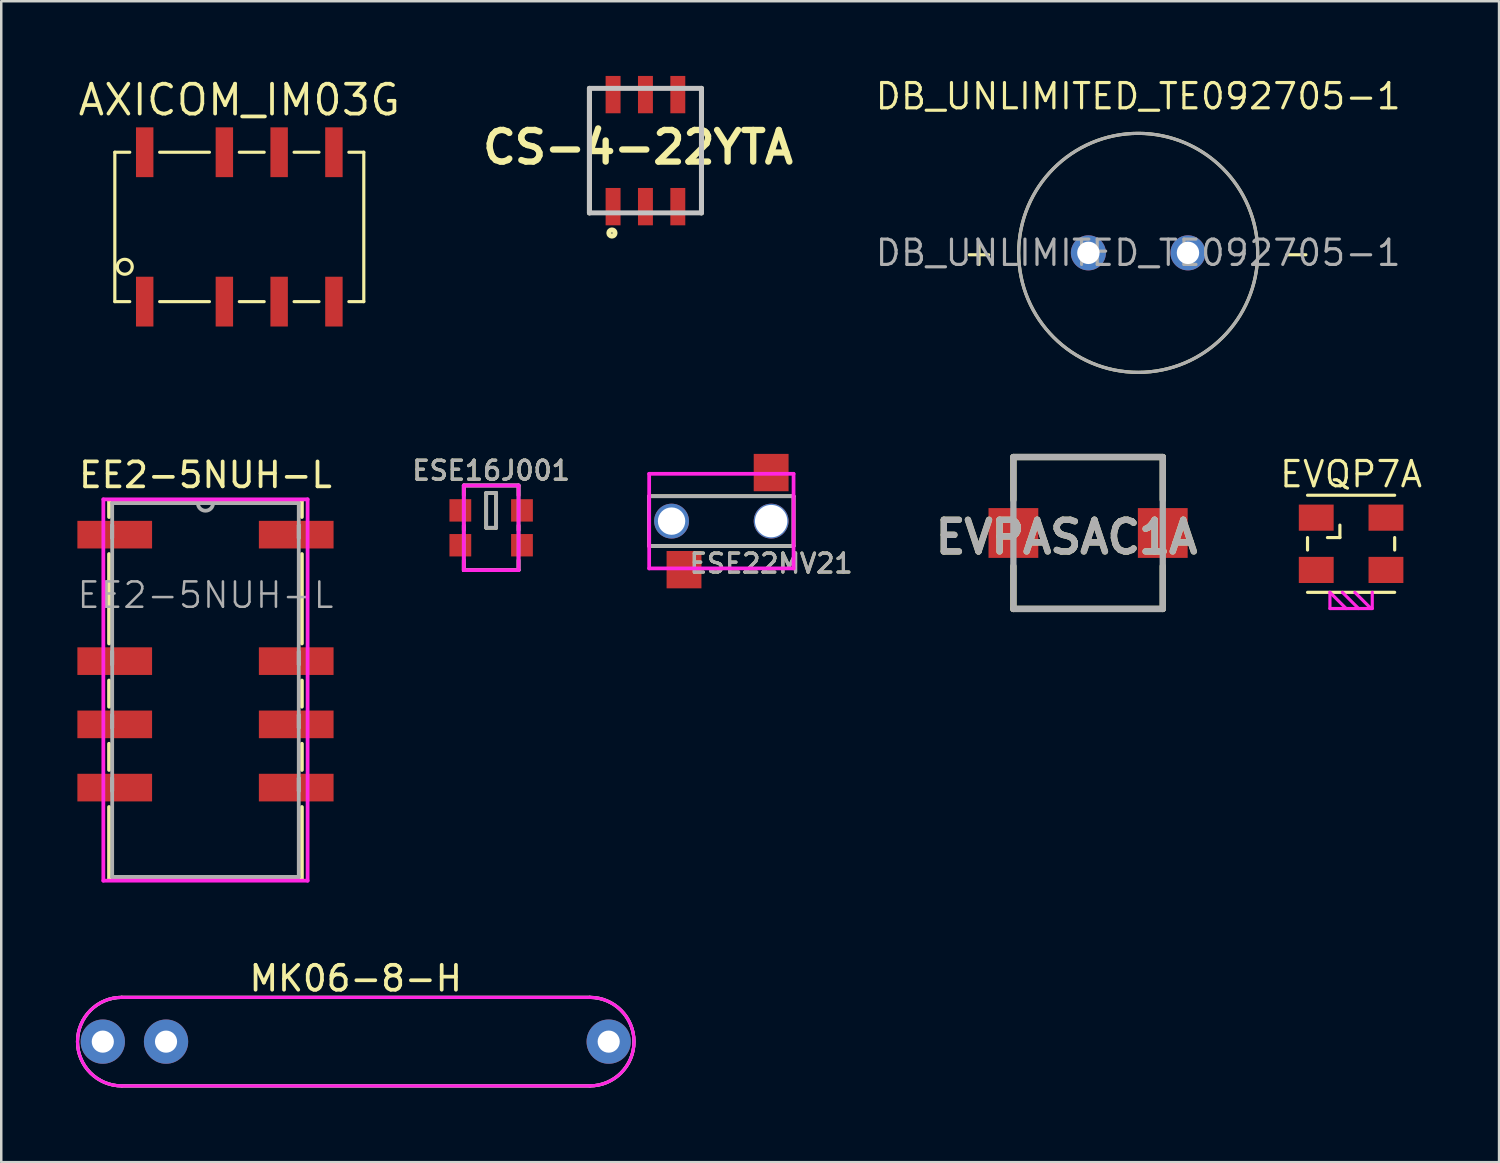
<source format=kicad_pcb>
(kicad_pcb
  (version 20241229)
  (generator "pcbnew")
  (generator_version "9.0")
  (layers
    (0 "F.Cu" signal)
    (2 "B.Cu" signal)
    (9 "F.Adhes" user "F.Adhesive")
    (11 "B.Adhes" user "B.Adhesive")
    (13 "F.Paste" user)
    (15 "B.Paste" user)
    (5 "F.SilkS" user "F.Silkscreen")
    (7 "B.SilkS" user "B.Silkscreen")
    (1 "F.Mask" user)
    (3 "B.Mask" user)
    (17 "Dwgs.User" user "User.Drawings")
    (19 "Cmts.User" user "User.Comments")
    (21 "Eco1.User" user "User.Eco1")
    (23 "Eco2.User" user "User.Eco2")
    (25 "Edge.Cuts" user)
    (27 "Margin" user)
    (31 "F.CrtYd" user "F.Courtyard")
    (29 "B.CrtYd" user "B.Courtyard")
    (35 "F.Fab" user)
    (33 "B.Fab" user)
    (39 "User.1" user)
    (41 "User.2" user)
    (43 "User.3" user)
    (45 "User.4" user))
  (footprint "EE2-5NUH-L"
    (layer "F.Cu")
    (at 5.203 24.665)
    (property "Reference" "EE2-5NUH-L" (at 0 -8.636 0) (layer "F.SilkS") (effects (font (size 1 1) (thickness 0.15))))
    (attr through_hole)
    (fp_line (start -3.873 -7.633) (end -3.873 -6.949) (stroke (width 0.152) (type solid)) (layer "F.SilkS"))
    (fp_line (start -3.873 -5.461) (end -3.873 -1.869) (stroke (width 0.152) (type solid)) (layer "F.SilkS"))
    (fp_line (start -3.873 -0.381) (end -3.873 0.671) (stroke (width 0.152) (type solid)) (layer "F.SilkS"))
    (fp_line (start -3.873 2.159) (end -3.873 3.211) (stroke (width 0.152) (type solid)) (layer "F.SilkS"))
    (fp_line (start -3.873 4.699) (end -3.873 7.633) (stroke (width 0.152) (type solid)) (layer "F.SilkS"))
    (fp_line (start -3.873 7.633) (end 3.873 7.633) (stroke (width 0.152) (type solid)) (layer "F.SilkS"))
    (fp_line (start 3.873 -7.633) (end -3.873 -7.633) (stroke (width 0.152) (type solid)) (layer "F.SilkS"))
    (fp_line (start 3.873 -6.949) (end 3.873 -7.633) (stroke (width 0.152) (type solid)) (layer "F.SilkS"))
    (fp_line (start 3.873 -1.869) (end 3.873 -5.461) (stroke (width 0.152) (type solid)) (layer "F.SilkS"))
    (fp_line (start 3.873 0.671) (end 3.873 -0.381) (stroke (width 0.152) (type solid)) (layer "F.SilkS"))
    (fp_line (start 3.873 3.211) (end 3.873 2.159) (stroke (width 0.152) (type solid)) (layer "F.SilkS"))
    (fp_line (start 3.873 7.633) (end 3.873 4.699) (stroke (width 0.152) (type solid)) (layer "F.SilkS"))
    (fp_line (start -4.102 -7.658) (end 4.102 -7.658) (stroke (width 0.152) (type solid)) (layer "F.CrtYd"))
    (fp_line (start -4.102 7.658) (end -4.102 -7.658) (stroke (width 0.152) (type solid)) (layer "F.CrtYd"))
    (fp_line (start 4.102 -7.658) (end 4.102 7.658) (stroke (width 0.152) (type solid)) (layer "F.CrtYd"))
    (fp_line (start 4.102 7.658) (end -4.102 7.658) (stroke (width 0.152) (type solid)) (layer "F.CrtYd"))
    (fp_line (start -3.747 -7.506) (end -3.747 7.506) (stroke (width 0.152) (type solid)) (layer "F.Fab"))
    (fp_line (start -3.747 -6.617) (end -3.747 -6.617) (stroke (width 0.152) (type solid)) (layer "F.Fab"))
    (fp_line (start -3.747 -6.617) (end -3.747 -6.109) (stroke (width 0.152) (type solid)) (layer "F.Fab"))
    (fp_line (start -3.747 -6.109) (end -3.747 -6.617) (stroke (width 0.152) (type solid)) (layer "F.Fab"))
    (fp_line (start -3.747 -6.109) (end -3.747 -6.109) (stroke (width 0.152) (type solid)) (layer "F.Fab"))
    (fp_line (start -3.747 -1.537) (end -3.747 -1.537) (stroke (width 0.152) (type solid)) (layer "F.Fab"))
    (fp_line (start -3.747 -1.537) (end -3.747 -1.029) (stroke (width 0.152) (type solid)) (layer "F.Fab"))
    (fp_line (start -3.747 -1.029) (end -3.747 -1.537) (stroke (width 0.152) (type solid)) (layer "F.Fab"))
    (fp_line (start -3.747 -1.029) (end -3.747 -1.029) (stroke (width 0.152) (type solid)) (layer "F.Fab"))
    (fp_line (start -3.747 1.003) (end -3.747 1.003) (stroke (width 0.152) (type solid)) (layer "F.Fab"))
    (fp_line (start -3.747 1.003) (end -3.747 1.511) (stroke (width 0.152) (type solid)) (layer "F.Fab"))
    (fp_line (start -3.747 1.511) (end -3.747 1.003) (stroke (width 0.152) (type solid)) (layer "F.Fab"))
    (fp_line (start -3.747 1.511) (end -3.747 1.511) (stroke (width 0.152) (type solid)) (layer "F.Fab"))
    (fp_line (start -3.747 3.543) (end -3.747 3.543) (stroke (width 0.152) (type solid)) (layer "F.Fab"))
    (fp_line (start -3.747 3.543) (end -3.747 4.051) (stroke (width 0.152) (type solid)) (layer "F.Fab"))
    (fp_line (start -3.747 4.051) (end -3.747 3.543) (stroke (width 0.152) (type solid)) (layer "F.Fab"))
    (fp_line (start -3.747 4.051) (end -3.747 4.051) (stroke (width 0.152) (type solid)) (layer "F.Fab"))
    (fp_line (start -3.747 7.506) (end 3.747 7.506) (stroke (width 0.152) (type solid)) (layer "F.Fab"))
    (fp_line (start 3.747 -7.506) (end -3.747 -7.506) (stroke (width 0.152) (type solid)) (layer "F.Fab"))
    (fp_line (start 3.747 -6.617) (end 3.747 -6.617) (stroke (width 0.152) (type solid)) (layer "F.Fab"))
    (fp_line (start 3.747 -6.617) (end 3.747 -6.109) (stroke (width 0.152) (type solid)) (layer "F.Fab"))
    (fp_line (start 3.747 -6.109) (end 3.747 -6.617) (stroke (width 0.152) (type solid)) (layer "F.Fab"))
    (fp_line (start 3.747 -6.109) (end 3.747 -6.109) (stroke (width 0.152) (type solid)) (layer "F.Fab"))
    (fp_line (start 3.747 -1.537) (end 3.747 -1.537) (stroke (width 0.152) (type solid)) (layer "F.Fab"))
    (fp_line (start 3.747 -1.537) (end 3.747 -1.029) (stroke (width 0.152) (type solid)) (layer "F.Fab"))
    (fp_line (start 3.747 -1.029) (end 3.747 -1.537) (stroke (width 0.152) (type solid)) (layer "F.Fab"))
    (fp_line (start 3.747 -1.029) (end 3.747 -1.029) (stroke (width 0.152) (type solid)) (layer "F.Fab"))
    (fp_line (start 3.747 1.003) (end 3.747 1.003) (stroke (width 0.152) (type solid)) (layer "F.Fab"))
    (fp_line (start 3.747 1.003) (end 3.747 1.511) (stroke (width 0.152) (type solid)) (layer "F.Fab"))
    (fp_line (start 3.747 1.511) (end 3.747 1.003) (stroke (width 0.152) (type solid)) (layer "F.Fab"))
    (fp_line (start 3.747 1.511) (end 3.747 1.511) (stroke (width 0.152) (type solid)) (layer "F.Fab"))
    (fp_line (start 3.747 3.543) (end 3.747 3.543) (stroke (width 0.152) (type solid)) (layer "F.Fab"))
    (fp_line (start 3.747 3.543) (end 3.747 4.051) (stroke (width 0.152) (type solid)) (layer "F.Fab"))
    (fp_line (start 3.747 4.051) (end 3.747 3.543) (stroke (width 0.152) (type solid)) (layer "F.Fab"))
    (fp_line (start 3.747 4.051) (end 3.747 4.051) (stroke (width 0.152) (type solid)) (layer "F.Fab"))
    (fp_line (start 3.747 7.506) (end 3.747 -7.506) (stroke (width 0.152) (type solid)) (layer "F.Fab"))
    (fp_arc (start 0.3048 -7.5057) (mid 0 -7.2009) (end -0.3048 -7.5057) (stroke (width 0.1524) (type solid)) (layer "F.Fab"))
    (fp_text user "${REFERENCE}" (at 0 -3.81 180) (layer "F.Fab") (effects (font (size 1.016 1.016) (thickness 0.102))))
    (pad "1" smd rect (at -3.645 -6.24) (size 3 1.11) (layers "F.Cu" "F.Mask" "F.Paste"))
    (pad "3" smd rect (at -3.645 -1.16) (size 3 1.11) (layers "F.Cu" "F.Mask" "F.Paste"))
    (pad "4" smd rect (at -3.645 1.38) (size 3 1.11) (layers "F.Cu" "F.Mask" "F.Paste"))
    (pad "5" smd rect (at -3.645 3.92) (size 3 1.11) (layers "F.Cu" "F.Mask" "F.Paste"))
    (pad "8" smd rect (at 3.645 3.92) (size 3 1.11) (layers "F.Cu" "F.Mask" "F.Paste"))
    (pad "9" smd rect (at 3.645 1.38) (size 3 1.11) (layers "F.Cu" "F.Mask" "F.Paste"))
    (pad "10" smd rect (at 3.645 -1.16) (size 3 1.11) (layers "F.Cu" "F.Mask" "F.Paste"))
    (pad "12" smd rect (at 3.645 -6.24) (size 3 1.11) (layers "F.Cu" "F.Mask" "F.Paste")))
  (footprint "ESE22MV21"
    (layer "F.Cu")
    (at 26.174 17.881)
    (property "Reference" "ESE22MV21" (at 1.75 1.7 0) (layer "F.SilkS") (effects (font (size 0.762 0.762) (thickness 0.127))))
    (attr through_hole)
    (fp_line (start -3.15 -1) (end -3.15 1) (stroke (width 0.15) (type solid)) (layer "F.SilkS"))
    (fp_line (start -3.15 1) (end 2.65 1) (stroke (width 0.15) (type solid)) (layer "F.SilkS"))
    (fp_line (start 2.65 -1) (end -3.15 -1) (stroke (width 0.15) (type solid)) (layer "F.SilkS"))
    (fp_line (start 2.65 1) (end 2.65 -1) (stroke (width 0.15) (type solid)) (layer "F.SilkS"))
    (fp_line (start -3.15 -1.9) (end 2.65 -1.9) (stroke (width 0.15) (type solid)) (layer "F.CrtYd"))
    (fp_line (start -3.15 1.9) (end -3.15 -1.9) (stroke (width 0.15) (type solid)) (layer "F.CrtYd"))
    (fp_line (start 2.65 -1.9) (end 2.65 1.9) (stroke (width 0.15) (type solid)) (layer "F.CrtYd"))
    (fp_line (start 2.65 1.9) (end -3.15 1.9) (stroke (width 0.15) (type solid)) (layer "F.CrtYd"))
    (fp_line (start -3.15 -1) (end -3.15 1) (stroke (width 0.15) (type solid)) (layer "F.Fab"))
    (fp_line (start -3.15 1) (end 2.65 1) (stroke (width 0.15) (type solid)) (layer "F.Fab"))
    (fp_line (start 2.65 -1) (end -3.15 -1) (stroke (width 0.15) (type solid)) (layer "F.Fab"))
    (fp_line (start 2.65 1) (end 2.65 -1) (stroke (width 0.15) (type solid)) (layer "F.Fab"))
    (fp_text user "${REFERENCE}" (at 1.75 1.7 0) (layer "F.Fab") (effects (font (size 0.762 0.762) (thickness 0.127))))
    (pad "" np_thru_hole circle (at -2.25 0 180) (size 1.4 1.4) (drill 1.1) (layers "*.Cu" "*.Mask"))
    (pad "" np_thru_hole circle (at 1.75 0 180) (size 1.4 1.4) (drill 1.3) (layers "*.Cu" "*.Mask"))
    (pad "1" smd rect (at 1.75 -1.95 180) (size 1.4 1.5) (layers "F.Cu" "F.Mask" "F.Paste"))
    (pad "2" smd rect (at -1.75 1.95) (size 1.4 1.5) (layers "F.Cu" "F.Mask" "F.Paste")))
  (footprint "DB_UNLIMITED_TE092705-1"
    (layer "F.Cu")
    (at 42.666 7.106)
    (property "Reference" "DB_UNLIMITED_TE092705-1" (at 0 -6.289 0) (layer "F.SilkS") (effects (font (size 1.016 1.016) (thickness 0.127))))
    (attr through_hole)
    (fp_circle (center 0 0) (end 4.8 0) (stroke (width 0.127) (type solid)) (fill no) (layer "F.SilkS"))
    (fp_circle (center 0 0) (end 5.05 0) (stroke (width 0.05) (type solid)) (fill no) (layer "Eco1.User"))
    (fp_circle (center 0 0) (end 4.8 0) (stroke (width 0.127) (type solid)) (fill no) (layer "Eco2.User"))
    (fp_circle (center 0 0) (end 4.8 0) (stroke (width 0.127) (type solid)) (fill no) (layer "F.Fab"))
    (fp_text user "+" (at -6.392 0 0) (layer "F.SilkS") (effects (font (size 1.016 1.016) (thickness 0.127))))
    (fp_text user "-" (at 6.35 0 0) (layer "F.SilkS") (effects (font (size 1.016 1.016) (thickness 0.127))))
    (fp_text user "${REFERENCE}" (at 0 0 0) (layer "F.Fab") (effects (font (size 1.016 1.016) (thickness 0.127))))
    (pad "1" thru_hole circle (at -2 0) (size 1.408 1.408) (drill 0.9) (layers "*.Cu" "*.Mask"))
    (pad "2" thru_hole circle (at 2 0) (size 1.408 1.408) (drill 0.9) (layers "*.Cu" "*.Mask")))
  (footprint "ESE16J001"
    (layer "F.Cu")
    (at 16.678 18.15)
    (property "Reference" "ESE16J001" (at 0 -2.3 0) (layer "F.SilkS") (effects (font (size 0.762 0.762) (thickness 0.127))))
    (attr through_hole)
    (fp_line (start -1.1 -1.7) (end -1.1 -1.3) (stroke (width 0.15) (type solid)) (layer "F.SilkS"))
    (fp_line (start -1.1 -0.1) (end -1.1 0.1) (stroke (width 0.15) (type solid)) (layer "F.SilkS"))
    (fp_line (start -1.1 1.3) (end -1.1 1.7) (stroke (width 0.15) (type solid)) (layer "F.SilkS"))
    (fp_line (start -1.1 1.7) (end 1.1 1.7) (stroke (width 0.15) (type solid)) (layer "F.SilkS"))
    (fp_line (start -0.2 -1.4) (end -0.2 0) (stroke (width 0.15) (type solid)) (layer "F.SilkS"))
    (fp_line (start -0.2 -1.4) (end 0.2 -1.4) (stroke (width 0.15) (type solid)) (layer "F.SilkS"))
    (fp_line (start -0.2 0) (end 0.2 0) (stroke (width 0.15) (type solid)) (layer "F.SilkS"))
    (fp_line (start 0.2 0) (end 0.2 -1.4) (stroke (width 0.15) (type solid)) (layer "F.SilkS"))
    (fp_line (start 1.1 -1.7) (end -1.1 -1.7) (stroke (width 0.15) (type solid)) (layer "F.SilkS"))
    (fp_line (start 1.1 -1.3) (end 1.1 -1.7) (stroke (width 0.15) (type solid)) (layer "F.SilkS"))
    (fp_line (start 1.1 0.1) (end 1.1 -0.1) (stroke (width 0.15) (type solid)) (layer "F.SilkS"))
    (fp_line (start 1.1 1.7) (end 1.1 1.3) (stroke (width 0.15) (type solid)) (layer "F.SilkS"))
    (fp_line (start -1.1 -1.7) (end 1.1 -1.7) (stroke (width 0.15) (type solid)) (layer "F.CrtYd"))
    (fp_line (start -1.1 1.7) (end -1.1 -1.7) (stroke (width 0.15) (type solid)) (layer "F.CrtYd"))
    (fp_line (start 1.1 -1.7) (end 1.1 1.7) (stroke (width 0.15) (type solid)) (layer "F.CrtYd"))
    (fp_line (start 1.1 1.7) (end -1.1 1.7) (stroke (width 0.15) (type solid)) (layer "F.CrtYd"))
    (fp_line (start -1.1 -1.7) (end -1.1 1.7) (stroke (width 0.15) (type solid)) (layer "F.Fab"))
    (fp_line (start -1.1 1.7) (end 1.1 1.7) (stroke (width 0.15) (type solid)) (layer "F.Fab"))
    (fp_line (start -0.2 -1.4) (end -0.2 0) (stroke (width 0.15) (type solid)) (layer "F.Fab"))
    (fp_line (start -0.2 0) (end 0.2 0) (stroke (width 0.15) (type solid)) (layer "F.Fab"))
    (fp_line (start 0.2 -1.4) (end -0.2 -1.4) (stroke (width 0.15) (type solid)) (layer "F.Fab"))
    (fp_line (start 0.2 0) (end 0.2 -1.4) (stroke (width 0.15) (type solid)) (layer "F.Fab"))
    (fp_line (start 1.1 -1.7) (end -1.1 -1.7) (stroke (width 0.15) (type solid)) (layer "F.Fab"))
    (fp_line (start 1.1 1.7) (end 1.1 -1.7) (stroke (width 0.15) (type solid)) (layer "F.Fab"))
    (fp_text user "${REFERENCE}" (at 0 -2.3 180) (layer "F.Fab") (effects (font (size 0.762 0.762) (thickness 0.127))))
    (pad "1" smd rect (at -1.238 0.7 180) (size 0.875 0.9) (layers "F.Cu" "F.Mask" "F.Paste"))
    (pad "2" smd rect (at -1.238 -0.7 270) (size 0.9 0.875) (layers "F.Cu" "F.Mask" "F.Paste"))
    (pad "3" smd rect (at 1.238 0.7 270) (size 0.9 0.875) (layers "F.Cu" "F.Mask" "F.Paste"))
    (pad "4" smd rect (at 1.238 -0.7 270) (size 0.9 0.875) (layers "F.Cu" "F.Mask" "F.Paste")))
  (footprint "MK06-8-H"
    (layer "F.Cu")
    (at 11.239 38.788)
    (property "Reference" "MK06-8-H" (at 0 -2.54 0) (layer "F.SilkS") (effects (font (size 1 1) (thickness 0.15))))
    (attr through_hole)
    (fp_line (start -9.398 1.778) (end 9.398 1.778) (stroke (width 0.127) (type solid)) (layer "F.SilkS"))
    (fp_line (start 9.398 -1.778) (end -9.398 -1.778) (stroke (width 0.127) (type solid)) (layer "F.SilkS"))
    (fp_arc (start -9.398 1.778) (mid -11.176 0) (end -9.398 -1.778) (stroke (width 0.127) (type solid)) (layer "F.SilkS"))
    (fp_arc (start 9.398 -1.778) (mid 11.176 0) (end 9.398 1.778) (stroke (width 0.127) (type solid)) (layer "F.SilkS"))
    (fp_line (start -9.398 1.778) (end 9.398 1.778) (stroke (width 0.127) (type solid)) (layer "F.CrtYd"))
    (fp_line (start 9.398 -1.778) (end -9.398 -1.778) (stroke (width 0.127) (type solid)) (layer "F.CrtYd"))
    (fp_arc (start -9.398 1.778) (mid -11.176 0) (end -9.398 -1.778) (stroke (width 0.127) (type solid)) (layer "F.CrtYd"))
    (fp_arc (start 9.398 -1.778) (mid 11.176 0) (end 9.398 1.778) (stroke (width 0.127) (type solid)) (layer "F.CrtYd"))
    (fp_line (start -9.398 1.778) (end 9.398 1.778) (stroke (width 0.127) (type solid)) (layer "F.Fab"))
    (fp_line (start 9.398 -1.778) (end -9.398 -1.778) (stroke (width 0.127) (type solid)) (layer "F.Fab"))
    (fp_arc (start -9.398 1.778) (mid -11.176 0) (end -9.398 -1.778) (stroke (width 0.127) (type solid)) (layer "F.Fab"))
    (fp_arc (start 9.398 -1.778) (mid 11.176 0) (end 9.398 1.778) (stroke (width 0.127) (type solid)) (layer "F.Fab"))
    (pad "1" thru_hole circle (at -7.62 0) (size 1.778 1.778) (drill 0.889) (layers "*.Cu" "*.Mask"))
    (pad "2" thru_hole circle (at 10.16 0) (size 1.778 1.778) (drill 0.889) (layers "*.Cu" "*.Mask"))
    (pad "3" thru_hole circle (at -10.16 0) (size 1.778 1.778) (drill 0.889) (layers "*.Cu" "*.Mask")))
  (footprint "CS-4-22YTA"
    (layer "F.Cu")
    (at 22.875 3)
    (property "Reference" "CS-4-22YTA" (at -0.298 -0.135 0) (layer "F.SilkS") (effects (font (size 1.27 1.27) (thickness 0.254))))
    (attr smd)
    (fp_line (start -2.25 2.5) (end -2.25 -2.5) (stroke (width 0.2) (type solid)) (layer "F.SilkS"))
    (fp_line (start 2.25 -2.5) (end 2.25 2.5) (stroke (width 0.2) (type solid)) (layer "F.SilkS"))
    (fp_circle (center -1.346 3.309) (end -1.346 3.334) (stroke (width 0.2) (type solid)) (fill no) (layer "F.SilkS"))
    (fp_line (start -2.25 -2.5) (end 2.25 -2.5) (stroke (width 0.2) (type solid)) (layer "Dwgs.User"))
    (fp_line (start -2.25 2.5) (end -2.25 -2.5) (stroke (width 0.2) (type solid)) (layer "Dwgs.User"))
    (fp_line (start 2.25 -2.5) (end 2.25 2.5) (stroke (width 0.2) (type solid)) (layer "Dwgs.User"))
    (fp_line (start 2.25 2.5) (end -2.25 2.5) (stroke (width 0.2) (type solid)) (layer "Dwgs.User"))
    (pad "1" smd rect (at -1.3 2.25) (size 0.6 1.5) (layers "F.Cu" "F.Paste"))
    (pad "2" smd rect (at 0 2.25) (size 0.6 1.5) (layers "F.Cu" "F.Paste"))
    (pad "3" smd rect (at 1.3 2.25) (size 0.6 1.5) (layers "F.Cu" "F.Paste"))
    (pad "4" smd rect (at 1.3 -2.25) (size 0.6 1.5) (layers "F.Cu" "F.Paste"))
    (pad "5" smd rect (at 0 -2.25) (size 0.6 1.5) (layers "F.Cu" "F.Paste"))
    (pad "6" smd rect (at -1.3 -2.25) (size 0.6 1.5) (layers "F.Cu" "F.Paste")))
  (footprint "EVPASAC1A"
    (layer "F.Cu")
    (at 40.654 18.358)
    (property "Reference" "EVPASAC1A" (at -0.865 0.166 0) (layer "F.SilkS") (effects (font (size 1.27 1.27) (thickness 0.254))))
    (attr smd)
    (fp_line (start -3 -3.05) (end -3 -1.332) (stroke (width 0.254) (type solid)) (layer "F.SilkS"))
    (fp_line (start -3 -3.05) (end 3 -3.05) (stroke (width 0.254) (type solid)) (layer "F.SilkS"))
    (fp_line (start -3 3.05) (end -3 1.332) (stroke (width 0.254) (type solid)) (layer "F.SilkS"))
    (fp_line (start -3 3.05) (end 3 3.05) (stroke (width 0.254) (type solid)) (layer "F.SilkS"))
    (fp_line (start 3 -3.05) (end 3 -1.332) (stroke (width 0.254) (type solid)) (layer "F.SilkS"))
    (fp_line (start 3 3.05) (end 3 1.332) (stroke (width 0.254) (type solid)) (layer "F.SilkS"))
    (fp_line (start -3 -3.05) (end 3 -3.05) (stroke (width 0.254) (type solid)) (layer "F.Fab"))
    (fp_line (start -3 3.05) (end -3 -3.05) (stroke (width 0.254) (type solid)) (layer "F.Fab"))
    (fp_line (start 3 -3.05) (end 3 3.05) (stroke (width 0.254) (type solid)) (layer "F.Fab"))
    (fp_line (start 3 3.05) (end -3 3.05) (stroke (width 0.254) (type solid)) (layer "F.Fab"))
    (fp_text user "${REFERENCE}" (at -0.865 0.166 0) (layer "F.Fab") (effects (font (size 1.27 1.27) (thickness 0.254))))
    (pad "1" smd rect (at -3 0 90) (size 2 2) (layers "F.Cu" "F.Mask" "F.Paste"))
    (pad "2" smd rect (at 3 0 90) (size 2 2) (layers "F.Cu" "F.Mask" "F.Paste")))
  (footprint "EVQP7A"
    (layer "F.Cu")
    (at 51.218 18.792)
    (property "Reference" "EVQP7A" (at 0 -2.794 0) (layer "F.SilkS") (effects (font (size 1.016 1.016) (thickness 0.127))))
    (attr smd)
    (fp_line (start -1.75 -1.95) (end 1.75 -1.95) (stroke (width 0.127) (type solid)) (layer "F.SilkS"))
    (fp_line (start -1.75 -0.25) (end -1.75 0.25) (stroke (width 0.127) (type solid)) (layer "F.SilkS"))
    (fp_line (start -1.75 1.95) (end 1.75 1.95) (stroke (width 0.127) (type solid)) (layer "F.SilkS"))
    (fp_line (start -0.45 -0.25) (end -0.95 -0.25) (stroke (width 0.127) (type solid)) (layer "F.SilkS"))
    (fp_line (start -0.45 -0.25) (end -0.45 -0.75) (stroke (width 0.127) (type solid)) (layer "F.SilkS"))
    (fp_line (start 1.75 -0.25) (end 1.75 0.25) (stroke (width 0.127) (type solid)) (layer "F.SilkS"))
    (fp_line (start -0.85 1.95) (end -0.2 2.6) (stroke (width 0.127) (type solid)) (layer "F.CrtYd"))
    (fp_line (start -0.85 2.6) (end -0.85 1.95) (stroke (width 0.127) (type solid)) (layer "F.CrtYd"))
    (fp_line (start -0.85 2.6) (end 0.85 2.6) (stroke (width 0.127) (type solid)) (layer "F.CrtYd"))
    (fp_line (start -0.35 1.95) (end 0.3 2.6) (stroke (width 0.127) (type solid)) (layer "F.CrtYd"))
    (fp_line (start 0.15 1.95) (end 0.8 2.6) (stroke (width 0.127) (type solid)) (layer "F.CrtYd"))
    (fp_line (start 0.85 1.95) (end 0.85 2.6) (stroke (width 0.127) (type solid)) (layer "F.CrtYd"))
    (pad "1" smd rect (at -1.4 -1.05) (size 1.4 1.05) (layers "F.Cu" "F.Mask" "F.Paste"))
    (pad "2" smd rect (at 1.4 -1.05) (size 1.4 1.05) (layers "F.Cu" "F.Mask" "F.Paste"))
    (pad "3" smd rect (at -1.4 1.05) (size 1.4 1.05) (layers "F.Cu" "F.Mask" "F.Paste"))
    (pad "4" smd rect (at 1.4 1.05) (size 1.4 1.05) (layers "F.Cu" "F.Mask" "F.Paste")))
  (footprint "AXICOM_IM03G"
    (layer "F.Cu")
    (at 6.562 6.065)
    (property "Reference" "AXICOM_IM03G" (at 0 -5.1 180) (layer "F.SilkS") (effects (font (size 1.2 1.2) (thickness 0.15))))
    (attr through_hole)
    (fp_line (start -5 -3) (end -5 3) (stroke (width 0.127) (type solid)) (layer "F.SilkS"))
    (fp_line (start -5 -3) (end -4.4 -3) (stroke (width 0.127) (type solid)) (layer "F.SilkS"))
    (fp_line (start -5 3) (end -4.4 3) (stroke (width 0.127) (type solid)) (layer "F.SilkS"))
    (fp_line (start -3.2 -3) (end -1.2 -3) (stroke (width 0.127) (type solid)) (layer "F.SilkS"))
    (fp_line (start -3.2 3) (end -1.2 3) (stroke (width 0.127) (type solid)) (layer "F.SilkS"))
    (fp_line (start 0 -3) (end 1 -3) (stroke (width 0.127) (type solid)) (layer "F.SilkS"))
    (fp_line (start 0 3) (end 1 3) (stroke (width 0.127) (type solid)) (layer "F.SilkS"))
    (fp_line (start 2.2 -3) (end 3.2 -3) (stroke (width 0.127) (type solid)) (layer "F.SilkS"))
    (fp_line (start 2.2 3) (end 3.2 3) (stroke (width 0.127) (type solid)) (layer "F.SilkS"))
    (fp_line (start 5 -3) (end 4.4 -3) (stroke (width 0.127) (type solid)) (layer "F.SilkS"))
    (fp_line (start 5 -3) (end 5 3) (stroke (width 0.127) (type solid)) (layer "F.SilkS"))
    (fp_line (start 5 3) (end 4.4 3) (stroke (width 0.127) (type solid)) (layer "F.SilkS"))
    (fp_circle (center -4.6 1.6) (end -4.3 1.6) (stroke (width 0.127) (type solid)) (fill no) (layer "F.SilkS"))
    (pad "1" smd rect (at -3.8 3) (size 0.7 2) (layers "F.Cu" "F.Mask" "F.Paste"))
    (pad "2" smd rect (at -0.6 3) (size 0.7 2) (layers "F.Cu" "F.Mask" "F.Paste"))
    (pad "3" smd rect (at 1.6 3) (size 0.7 2) (layers "F.Cu" "F.Mask" "F.Paste"))
    (pad "4" smd rect (at 3.8 3) (size 0.7 2) (layers "F.Cu" "F.Mask" "F.Paste"))
    (pad "5" smd rect (at 3.8 -3) (size 0.7 2) (layers "F.Cu" "F.Mask" "F.Paste"))
    (pad "6" smd rect (at 1.6 -3) (size 0.7 2) (layers "F.Cu" "F.Mask" "F.Paste"))
    (pad "7" smd rect (at -0.6 -3) (size 0.7 2) (layers "F.Cu" "F.Mask" "F.Paste"))
    (pad "8" smd rect (at -3.8 -3) (size 0.7 2) (layers "F.Cu" "F.Mask" "F.Paste")))
  (gr_rect
    (start -3 -3)
    (end 57.161 43.629)
    (stroke (width 0.1) (type default))
    (fill no)
    (layer "Edge.Cuts")))
</source>
